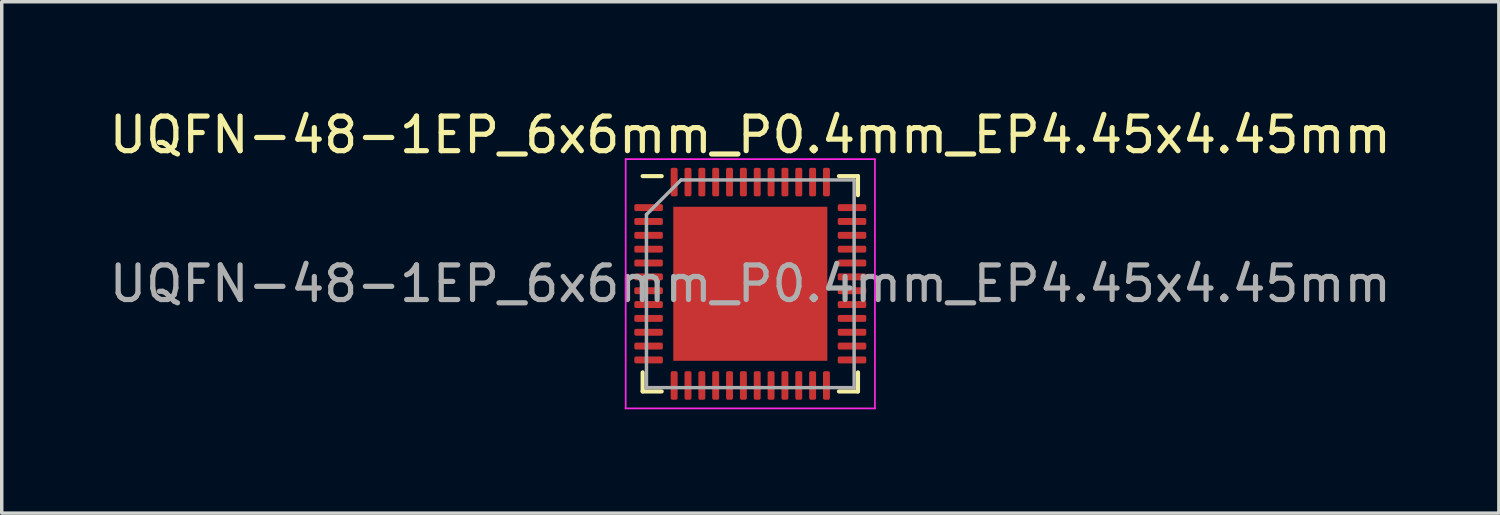
<source format=kicad_pcb>
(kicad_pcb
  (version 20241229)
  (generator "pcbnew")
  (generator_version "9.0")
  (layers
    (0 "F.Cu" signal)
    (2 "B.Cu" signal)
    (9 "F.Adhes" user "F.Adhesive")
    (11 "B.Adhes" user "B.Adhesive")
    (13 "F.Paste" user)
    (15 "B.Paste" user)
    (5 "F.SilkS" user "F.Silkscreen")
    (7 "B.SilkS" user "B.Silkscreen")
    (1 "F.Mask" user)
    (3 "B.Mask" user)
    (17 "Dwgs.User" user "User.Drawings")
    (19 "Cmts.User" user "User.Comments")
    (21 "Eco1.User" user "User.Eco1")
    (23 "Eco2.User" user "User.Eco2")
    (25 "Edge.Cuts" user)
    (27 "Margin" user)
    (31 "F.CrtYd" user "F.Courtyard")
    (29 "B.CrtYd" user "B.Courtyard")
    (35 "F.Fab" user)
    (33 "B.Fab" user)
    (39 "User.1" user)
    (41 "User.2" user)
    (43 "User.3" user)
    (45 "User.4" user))
  (footprint "UQFN-48-1EP_6x6mm_P0.4mm_EP4.45x4.45mm"
    (layer "F.Cu")
    (at 18.625 5.148)
    (property "Reference" "UQFN-48-1EP_6x6mm_P0.4mm_EP4.45x4.45mm" (at 0 -4.3 0) (layer "F.SilkS") (effects (font (size 1 1) (thickness 0.15))))
    (attr smd)
    (fp_line (start -3.11 3.11) (end -3.11 2.56) (stroke (width 0.12) (type solid)) (layer "F.SilkS"))
    (fp_line (start -2.56 -3.11) (end -3.11 -3.11) (stroke (width 0.12) (type solid)) (layer "F.SilkS"))
    (fp_line (start -2.56 3.11) (end -3.11 3.11) (stroke (width 0.12) (type solid)) (layer "F.SilkS"))
    (fp_line (start 2.56 -3.11) (end 3.11 -3.11) (stroke (width 0.12) (type solid)) (layer "F.SilkS"))
    (fp_line (start 2.56 3.11) (end 3.11 3.11) (stroke (width 0.12) (type solid)) (layer "F.SilkS"))
    (fp_line (start 3.11 -3.11) (end 3.11 -2.56) (stroke (width 0.12) (type solid)) (layer "F.SilkS"))
    (fp_line (start 3.11 3.11) (end 3.11 2.56) (stroke (width 0.12) (type solid)) (layer "F.SilkS"))
    (fp_line (start -3.6 -3.6) (end -3.6 3.6) (stroke (width 0.05) (type solid)) (layer "F.CrtYd"))
    (fp_line (start -3.6 3.6) (end 3.6 3.6) (stroke (width 0.05) (type solid)) (layer "F.CrtYd"))
    (fp_line (start 3.6 -3.6) (end -3.6 -3.6) (stroke (width 0.05) (type solid)) (layer "F.CrtYd"))
    (fp_line (start 3.6 3.6) (end 3.6 -3.6) (stroke (width 0.05) (type solid)) (layer "F.CrtYd"))
    (fp_line (start -3 -2) (end -2 -3) (stroke (width 0.1) (type solid)) (layer "F.Fab"))
    (fp_line (start -3 3) (end -3 -2) (stroke (width 0.1) (type solid)) (layer "F.Fab"))
    (fp_line (start -2 -3) (end 3 -3) (stroke (width 0.1) (type solid)) (layer "F.Fab"))
    (fp_line (start 3 -3) (end 3 3) (stroke (width 0.1) (type solid)) (layer "F.Fab"))
    (fp_line (start 3 3) (end -3 3) (stroke (width 0.1) (type solid)) (layer "F.Fab"))
    (fp_text user "${REFERENCE}" (at 0 0 0) (layer "F.Fab") (effects (font (size 1 1) (thickness 0.15))))
    (pad "" smd roundrect (at -1.48 -1.48) (size 1.2 1.2) (layers "F.Paste") (roundrect_rratio 0.208))
    (pad "" smd roundrect (at -1.48 0) (size 1.2 1.2) (layers "F.Paste") (roundrect_rratio 0.208))
    (pad "" smd roundrect (at -1.48 1.48) (size 1.2 1.2) (layers "F.Paste") (roundrect_rratio 0.208))
    (pad "" smd roundrect (at 0 -1.48) (size 1.2 1.2) (layers "F.Paste") (roundrect_rratio 0.208))
    (pad "" smd roundrect (at 0 0) (size 1.2 1.2) (layers "F.Paste") (roundrect_rratio 0.208))
    (pad "" smd roundrect (at 0 1.48) (size 1.2 1.2) (layers "F.Paste") (roundrect_rratio 0.208))
    (pad "" smd roundrect (at 1.48 -1.48) (size 1.2 1.2) (layers "F.Paste") (roundrect_rratio 0.208))
    (pad "" smd roundrect (at 1.48 0) (size 1.2 1.2) (layers "F.Paste") (roundrect_rratio 0.208))
    (pad "" smd roundrect (at 1.48 1.48) (size 1.2 1.2) (layers "F.Paste") (roundrect_rratio 0.208))
    (pad "1" smd roundrect (at -2.938 -2.2) (size 0.825 0.2) (layers "F.Cu" "F.Mask" "F.Paste") (roundrect_rratio 0.25))
    (pad "2" smd roundrect (at -2.938 -1.8) (size 0.825 0.2) (layers "F.Cu" "F.Mask" "F.Paste") (roundrect_rratio 0.25))
    (pad "3" smd roundrect (at -2.938 -1.4) (size 0.825 0.2) (layers "F.Cu" "F.Mask" "F.Paste") (roundrect_rratio 0.25))
    (pad "4" smd roundrect (at -2.938 -1) (size 0.825 0.2) (layers "F.Cu" "F.Mask" "F.Paste") (roundrect_rratio 0.25))
    (pad "5" smd roundrect (at -2.938 -0.6) (size 0.825 0.2) (layers "F.Cu" "F.Mask" "F.Paste") (roundrect_rratio 0.25))
    (pad "6" smd roundrect (at -2.938 -0.2) (size 0.825 0.2) (layers "F.Cu" "F.Mask" "F.Paste") (roundrect_rratio 0.25))
    (pad "7" smd roundrect (at -2.938 0.2) (size 0.825 0.2) (layers "F.Cu" "F.Mask" "F.Paste") (roundrect_rratio 0.25))
    (pad "8" smd roundrect (at -2.938 0.6) (size 0.825 0.2) (layers "F.Cu" "F.Mask" "F.Paste") (roundrect_rratio 0.25))
    (pad "9" smd roundrect (at -2.938 1) (size 0.825 0.2) (layers "F.Cu" "F.Mask" "F.Paste") (roundrect_rratio 0.25))
    (pad "10" smd roundrect (at -2.938 1.4) (size 0.825 0.2) (layers "F.Cu" "F.Mask" "F.Paste") (roundrect_rratio 0.25))
    (pad "11" smd roundrect (at -2.938 1.8) (size 0.825 0.2) (layers "F.Cu" "F.Mask" "F.Paste") (roundrect_rratio 0.25))
    (pad "12" smd roundrect (at -2.938 2.2) (size 0.825 0.2) (layers "F.Cu" "F.Mask" "F.Paste") (roundrect_rratio 0.25))
    (pad "13" smd roundrect (at -2.2 2.938) (size 0.2 0.825) (layers "F.Cu" "F.Mask" "F.Paste") (roundrect_rratio 0.25))
    (pad "14" smd roundrect (at -1.8 2.938) (size 0.2 0.825) (layers "F.Cu" "F.Mask" "F.Paste") (roundrect_rratio 0.25))
    (pad "15" smd roundrect (at -1.4 2.938) (size 0.2 0.825) (layers "F.Cu" "F.Mask" "F.Paste") (roundrect_rratio 0.25))
    (pad "16" smd roundrect (at -1 2.938) (size 0.2 0.825) (layers "F.Cu" "F.Mask" "F.Paste") (roundrect_rratio 0.25))
    (pad "17" smd roundrect (at -0.6 2.938) (size 0.2 0.825) (layers "F.Cu" "F.Mask" "F.Paste") (roundrect_rratio 0.25))
    (pad "18" smd roundrect (at -0.2 2.938) (size 0.2 0.825) (layers "F.Cu" "F.Mask" "F.Paste") (roundrect_rratio 0.25))
    (pad "19" smd roundrect (at 0.2 2.938) (size 0.2 0.825) (layers "F.Cu" "F.Mask" "F.Paste") (roundrect_rratio 0.25))
    (pad "20" smd roundrect (at 0.6 2.938) (size 0.2 0.825) (layers "F.Cu" "F.Mask" "F.Paste") (roundrect_rratio 0.25))
    (pad "21" smd roundrect (at 1 2.938) (size 0.2 0.825) (layers "F.Cu" "F.Mask" "F.Paste") (roundrect_rratio 0.25))
    (pad "22" smd roundrect (at 1.4 2.938) (size 0.2 0.825) (layers "F.Cu" "F.Mask" "F.Paste") (roundrect_rratio 0.25))
    (pad "23" smd roundrect (at 1.8 2.938) (size 0.2 0.825) (layers "F.Cu" "F.Mask" "F.Paste") (roundrect_rratio 0.25))
    (pad "24" smd roundrect (at 2.2 2.938) (size 0.2 0.825) (layers "F.Cu" "F.Mask" "F.Paste") (roundrect_rratio 0.25))
    (pad "25" smd roundrect (at 2.938 2.2) (size 0.825 0.2) (layers "F.Cu" "F.Mask" "F.Paste") (roundrect_rratio 0.25))
    (pad "26" smd roundrect (at 2.938 1.8) (size 0.825 0.2) (layers "F.Cu" "F.Mask" "F.Paste") (roundrect_rratio 0.25))
    (pad "27" smd roundrect (at 2.938 1.4) (size 0.825 0.2) (layers "F.Cu" "F.Mask" "F.Paste") (roundrect_rratio 0.25))
    (pad "28" smd roundrect (at 2.938 1) (size 0.825 0.2) (layers "F.Cu" "F.Mask" "F.Paste") (roundrect_rratio 0.25))
    (pad "29" smd roundrect (at 2.938 0.6) (size 0.825 0.2) (layers "F.Cu" "F.Mask" "F.Paste") (roundrect_rratio 0.25))
    (pad "30" smd roundrect (at 2.938 0.2) (size 0.825 0.2) (layers "F.Cu" "F.Mask" "F.Paste") (roundrect_rratio 0.25))
    (pad "31" smd roundrect (at 2.938 -0.2) (size 0.825 0.2) (layers "F.Cu" "F.Mask" "F.Paste") (roundrect_rratio 0.25))
    (pad "32" smd roundrect (at 2.938 -0.6) (size 0.825 0.2) (layers "F.Cu" "F.Mask" "F.Paste") (roundrect_rratio 0.25))
    (pad "33" smd roundrect (at 2.938 -1) (size 0.825 0.2) (layers "F.Cu" "F.Mask" "F.Paste") (roundrect_rratio 0.25))
    (pad "34" smd roundrect (at 2.938 -1.4) (size 0.825 0.2) (layers "F.Cu" "F.Mask" "F.Paste") (roundrect_rratio 0.25))
    (pad "35" smd roundrect (at 2.938 -1.8) (size 0.825 0.2) (layers "F.Cu" "F.Mask" "F.Paste") (roundrect_rratio 0.25))
    (pad "36" smd roundrect (at 2.938 -2.2) (size 0.825 0.2) (layers "F.Cu" "F.Mask" "F.Paste") (roundrect_rratio 0.25))
    (pad "37" smd roundrect (at 2.2 -2.938) (size 0.2 0.825) (layers "F.Cu" "F.Mask" "F.Paste") (roundrect_rratio 0.25))
    (pad "38" smd roundrect (at 1.8 -2.938) (size 0.2 0.825) (layers "F.Cu" "F.Mask" "F.Paste") (roundrect_rratio 0.25))
    (pad "39" smd roundrect (at 1.4 -2.938) (size 0.2 0.825) (layers "F.Cu" "F.Mask" "F.Paste") (roundrect_rratio 0.25))
    (pad "40" smd roundrect (at 1 -2.938) (size 0.2 0.825) (layers "F.Cu" "F.Mask" "F.Paste") (roundrect_rratio 0.25))
    (pad "41" smd roundrect (at 0.6 -2.938) (size 0.2 0.825) (layers "F.Cu" "F.Mask" "F.Paste") (roundrect_rratio 0.25))
    (pad "42" smd roundrect (at 0.2 -2.938) (size 0.2 0.825) (layers "F.Cu" "F.Mask" "F.Paste") (roundrect_rratio 0.25))
    (pad "43" smd roundrect (at -0.2 -2.938) (size 0.2 0.825) (layers "F.Cu" "F.Mask" "F.Paste") (roundrect_rratio 0.25))
    (pad "44" smd roundrect (at -0.6 -2.938) (size 0.2 0.825) (layers "F.Cu" "F.Mask" "F.Paste") (roundrect_rratio 0.25))
    (pad "45" smd roundrect (at -1 -2.938) (size 0.2 0.825) (layers "F.Cu" "F.Mask" "F.Paste") (roundrect_rratio 0.25))
    (pad "46" smd roundrect (at -1.4 -2.938) (size 0.2 0.825) (layers "F.Cu" "F.Mask" "F.Paste") (roundrect_rratio 0.25))
    (pad "47" smd roundrect (at -1.8 -2.938) (size 0.2 0.825) (layers "F.Cu" "F.Mask" "F.Paste") (roundrect_rratio 0.25))
    (pad "48" smd roundrect (at -2.2 -2.938) (size 0.2 0.825) (layers "F.Cu" "F.Mask" "F.Paste") (roundrect_rratio 0.25))
    (pad "49" smd rect (at 0 0) (size 4.45 4.45) (layers "F.Cu" "F.Mask")))
  (gr_rect
    (start -3 -3)
    (end 40.25 11.773)
    (stroke (width 0.1) (type default))
    (fill no)
    (layer "Edge.Cuts")))
</source>
